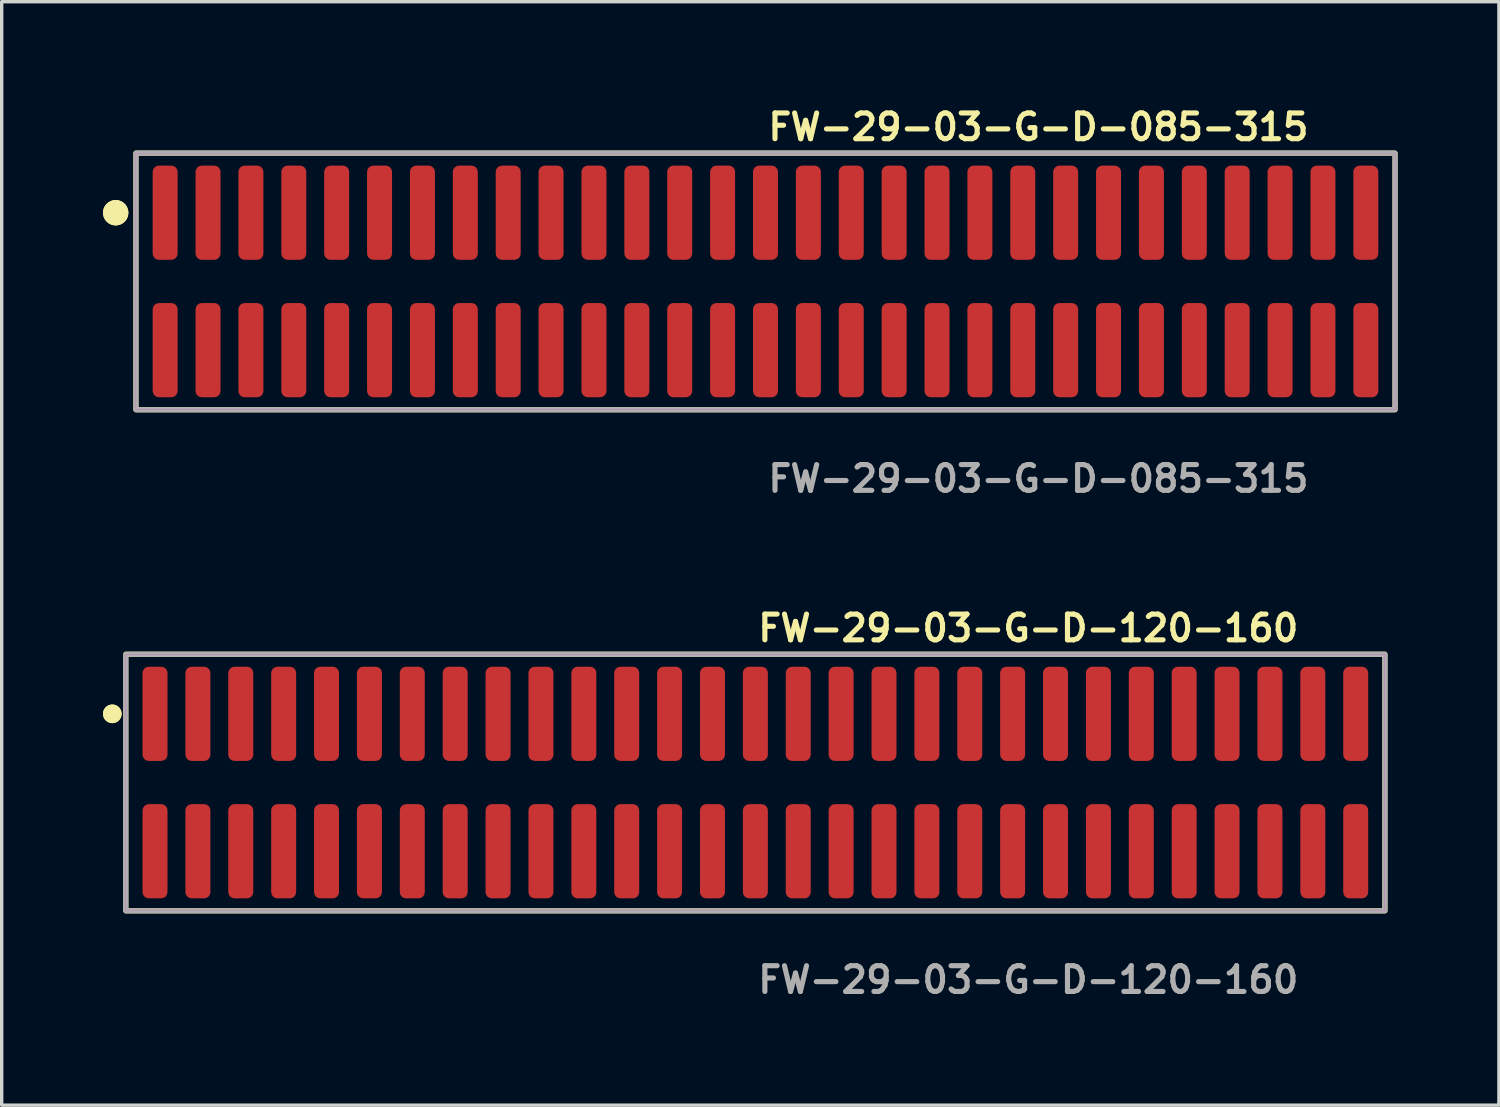
<source format=kicad_pcb>
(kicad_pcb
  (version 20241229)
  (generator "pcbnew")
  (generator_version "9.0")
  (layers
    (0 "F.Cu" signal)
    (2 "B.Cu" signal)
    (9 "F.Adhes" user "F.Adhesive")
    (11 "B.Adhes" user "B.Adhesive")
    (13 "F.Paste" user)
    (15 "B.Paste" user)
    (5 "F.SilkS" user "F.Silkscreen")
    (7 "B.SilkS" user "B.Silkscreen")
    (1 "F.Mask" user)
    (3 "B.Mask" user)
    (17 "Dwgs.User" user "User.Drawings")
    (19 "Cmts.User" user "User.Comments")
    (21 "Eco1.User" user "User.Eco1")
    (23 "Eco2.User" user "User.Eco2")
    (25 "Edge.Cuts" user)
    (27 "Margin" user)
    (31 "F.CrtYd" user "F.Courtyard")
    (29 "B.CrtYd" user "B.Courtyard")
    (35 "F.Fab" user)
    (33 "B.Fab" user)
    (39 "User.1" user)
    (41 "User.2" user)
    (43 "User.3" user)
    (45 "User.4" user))
  (footprint "FW-29-03-G-D-085-315"
    (layer "F.Cu")
    (at 19.621 5.285)
    (property "Reference" "FW-29-03-G-D-085-315" (at 0 -4.572 0) (unlocked yes) (layer "F.SilkS") (effects (font (size 0.762 0.762) (thickness 0.152)) (justify left)))
    (fp_rect (start -18.645 3.8) (end 18.645 -3.8) (stroke (width 0.152) (type solid)) (fill no) (layer "F.SilkS"))
    (fp_circle (center -19.245 -2.035) (end -19.545 -2.035) (stroke (width 0.152) (type solid)) (fill yes) (layer "F.SilkS"))
    (fp_circle (center -19.245 -2.035) (end -19.545 -2.035) (stroke (width 0.152) (type solid)) (fill yes) (layer "F.SilkS"))
    (fp_rect (start -18.645 3.8) (end 18.645 -3.8) (stroke (width 0.006) (type solid)) (fill no) (layer "F.CrtYd"))
    (fp_rect (start -18.645 3.8) (end 18.645 -3.8) (stroke (width 0.152) (type solid)) (fill no) (layer "F.Fab"))
    (fp_text user "${REFERENCE}" (at 0 5.842 0) (unlocked yes) (layer "F.Fab") (effects (font (size 0.762 0.762) (thickness 0.152)) (justify left)))
    (pad "1" smd roundrect (at -17.78 -2.035) (size 0.74 2.79) (layers "F.Cu" "F.Paste") (roundrect_rratio 0.25))
    (pad "2" smd roundrect (at -17.78 2.035) (size 0.74 2.79) (layers "F.Cu" "F.Paste") (roundrect_rratio 0.25))
    (pad "3" smd roundrect (at -16.51 -2.035) (size 0.74 2.79) (layers "F.Cu" "F.Paste") (roundrect_rratio 0.25))
    (pad "4" smd roundrect (at -16.51 2.035) (size 0.74 2.79) (layers "F.Cu" "F.Paste") (roundrect_rratio 0.25))
    (pad "5" smd roundrect (at -15.24 -2.035) (size 0.74 2.79) (layers "F.Cu" "F.Paste") (roundrect_rratio 0.25))
    (pad "6" smd roundrect (at -15.24 2.035) (size 0.74 2.79) (layers "F.Cu" "F.Paste") (roundrect_rratio 0.25))
    (pad "7" smd roundrect (at -13.97 -2.035) (size 0.74 2.79) (layers "F.Cu" "F.Paste") (roundrect_rratio 0.25))
    (pad "8" smd roundrect (at -13.97 2.035) (size 0.74 2.79) (layers "F.Cu" "F.Paste") (roundrect_rratio 0.25))
    (pad "9" smd roundrect (at -12.7 -2.035) (size 0.74 2.79) (layers "F.Cu" "F.Paste") (roundrect_rratio 0.25))
    (pad "10" smd roundrect (at -12.7 2.035) (size 0.74 2.79) (layers "F.Cu" "F.Paste") (roundrect_rratio 0.25))
    (pad "11" smd roundrect (at -11.43 -2.035) (size 0.74 2.79) (layers "F.Cu" "F.Paste") (roundrect_rratio 0.25))
    (pad "12" smd roundrect (at -11.43 2.035) (size 0.74 2.79) (layers "F.Cu" "F.Paste") (roundrect_rratio 0.25))
    (pad "13" smd roundrect (at -10.16 -2.035) (size 0.74 2.79) (layers "F.Cu" "F.Paste") (roundrect_rratio 0.25))
    (pad "14" smd roundrect (at -10.16 2.035) (size 0.74 2.79) (layers "F.Cu" "F.Paste") (roundrect_rratio 0.25))
    (pad "15" smd roundrect (at -8.89 -2.035) (size 0.74 2.79) (layers "F.Cu" "F.Paste") (roundrect_rratio 0.25))
    (pad "16" smd roundrect (at -8.89 2.035) (size 0.74 2.79) (layers "F.Cu" "F.Paste") (roundrect_rratio 0.25))
    (pad "17" smd roundrect (at -7.62 -2.035) (size 0.74 2.79) (layers "F.Cu" "F.Paste") (roundrect_rratio 0.25))
    (pad "18" smd roundrect (at -7.62 2.035) (size 0.74 2.79) (layers "F.Cu" "F.Paste") (roundrect_rratio 0.25))
    (pad "19" smd roundrect (at -6.35 -2.035) (size 0.74 2.79) (layers "F.Cu" "F.Paste") (roundrect_rratio 0.25))
    (pad "20" smd roundrect (at -6.35 2.035) (size 0.74 2.79) (layers "F.Cu" "F.Paste") (roundrect_rratio 0.25))
    (pad "21" smd roundrect (at -5.08 -2.035) (size 0.74 2.79) (layers "F.Cu" "F.Paste") (roundrect_rratio 0.25))
    (pad "22" smd roundrect (at -5.08 2.035) (size 0.74 2.79) (layers "F.Cu" "F.Paste") (roundrect_rratio 0.25))
    (pad "23" smd roundrect (at -3.81 -2.035) (size 0.74 2.79) (layers "F.Cu" "F.Paste") (roundrect_rratio 0.25))
    (pad "24" smd roundrect (at -3.81 2.035) (size 0.74 2.79) (layers "F.Cu" "F.Paste") (roundrect_rratio 0.25))
    (pad "25" smd roundrect (at -2.54 -2.035) (size 0.74 2.79) (layers "F.Cu" "F.Paste") (roundrect_rratio 0.25))
    (pad "26" smd roundrect (at -2.54 2.035) (size 0.74 2.79) (layers "F.Cu" "F.Paste") (roundrect_rratio 0.25))
    (pad "27" smd roundrect (at -1.27 -2.035) (size 0.74 2.79) (layers "F.Cu" "F.Paste") (roundrect_rratio 0.25))
    (pad "28" smd roundrect (at -1.27 2.035) (size 0.74 2.79) (layers "F.Cu" "F.Paste") (roundrect_rratio 0.25))
    (pad "29" smd roundrect (at 0 -2.035) (size 0.74 2.79) (layers "F.Cu" "F.Paste") (roundrect_rratio 0.25))
    (pad "30" smd roundrect (at 0 2.035) (size 0.74 2.79) (layers "F.Cu" "F.Paste") (roundrect_rratio 0.25))
    (pad "31" smd roundrect (at 1.27 -2.035) (size 0.74 2.79) (layers "F.Cu" "F.Paste") (roundrect_rratio 0.25))
    (pad "32" smd roundrect (at 1.27 2.035) (size 0.74 2.79) (layers "F.Cu" "F.Paste") (roundrect_rratio 0.25))
    (pad "33" smd roundrect (at 2.54 -2.035) (size 0.74 2.79) (layers "F.Cu" "F.Paste") (roundrect_rratio 0.25))
    (pad "34" smd roundrect (at 2.54 2.035) (size 0.74 2.79) (layers "F.Cu" "F.Paste") (roundrect_rratio 0.25))
    (pad "35" smd roundrect (at 3.81 -2.035) (size 0.74 2.79) (layers "F.Cu" "F.Paste") (roundrect_rratio 0.25))
    (pad "36" smd roundrect (at 3.81 2.035) (size 0.74 2.79) (layers "F.Cu" "F.Paste") (roundrect_rratio 0.25))
    (pad "37" smd roundrect (at 5.08 -2.035) (size 0.74 2.79) (layers "F.Cu" "F.Paste") (roundrect_rratio 0.25))
    (pad "38" smd roundrect (at 5.08 2.035) (size 0.74 2.79) (layers "F.Cu" "F.Paste") (roundrect_rratio 0.25))
    (pad "39" smd roundrect (at 6.35 -2.035) (size 0.74 2.79) (layers "F.Cu" "F.Paste") (roundrect_rratio 0.25))
    (pad "40" smd roundrect (at 6.35 2.035) (size 0.74 2.79) (layers "F.Cu" "F.Paste") (roundrect_rratio 0.25))
    (pad "41" smd roundrect (at 7.62 -2.035) (size 0.74 2.79) (layers "F.Cu" "F.Paste") (roundrect_rratio 0.25))
    (pad "42" smd roundrect (at 7.62 2.035) (size 0.74 2.79) (layers "F.Cu" "F.Paste") (roundrect_rratio 0.25))
    (pad "43" smd roundrect (at 8.89 -2.035) (size 0.74 2.79) (layers "F.Cu" "F.Paste") (roundrect_rratio 0.25))
    (pad "44" smd roundrect (at 8.89 2.035) (size 0.74 2.79) (layers "F.Cu" "F.Paste") (roundrect_rratio 0.25))
    (pad "45" smd roundrect (at 10.16 -2.035) (size 0.74 2.79) (layers "F.Cu" "F.Paste") (roundrect_rratio 0.25))
    (pad "46" smd roundrect (at 10.16 2.035) (size 0.74 2.79) (layers "F.Cu" "F.Paste") (roundrect_rratio 0.25))
    (pad "47" smd roundrect (at 11.43 -2.035) (size 0.74 2.79) (layers "F.Cu" "F.Paste") (roundrect_rratio 0.25))
    (pad "48" smd roundrect (at 11.43 2.035) (size 0.74 2.79) (layers "F.Cu" "F.Paste") (roundrect_rratio 0.25))
    (pad "49" smd roundrect (at 12.7 -2.035) (size 0.74 2.79) (layers "F.Cu" "F.Paste") (roundrect_rratio 0.25))
    (pad "50" smd roundrect (at 12.7 2.035) (size 0.74 2.79) (layers "F.Cu" "F.Paste") (roundrect_rratio 0.25))
    (pad "51" smd roundrect (at 13.97 -2.035) (size 0.74 2.79) (layers "F.Cu" "F.Paste") (roundrect_rratio 0.25))
    (pad "52" smd roundrect (at 13.97 2.035) (size 0.74 2.79) (layers "F.Cu" "F.Paste") (roundrect_rratio 0.25))
    (pad "53" smd roundrect (at 15.24 -2.035) (size 0.74 2.79) (layers "F.Cu" "F.Paste") (roundrect_rratio 0.25))
    (pad "54" smd roundrect (at 15.24 2.035) (size 0.74 2.79) (layers "F.Cu" "F.Paste") (roundrect_rratio 0.25))
    (pad "55" smd roundrect (at 16.51 -2.035) (size 0.74 2.79) (layers "F.Cu" "F.Paste") (roundrect_rratio 0.25))
    (pad "56" smd roundrect (at 16.51 2.035) (size 0.74 2.79) (layers "F.Cu" "F.Paste") (roundrect_rratio 0.25))
    (pad "57" smd roundrect (at 17.78 -2.035) (size 0.74 2.79) (layers "F.Cu" "F.Paste") (roundrect_rratio 0.25))
    (pad "58" smd roundrect (at 17.78 2.035) (size 0.74 2.79) (layers "F.Cu" "F.Paste") (roundrect_rratio 0.25)))
  (footprint "FW-29-03-G-D-120-160"
    (layer "F.Cu")
    (at 19.321 20.126)
    (property "Reference" "FW-29-03-G-D-120-160" (at 0 -4.572 0) (unlocked yes) (layer "F.SilkS") (effects (font (size 0.762 0.762) (thickness 0.152)) (justify left)))
    (fp_rect (start -18.645 3.8) (end 18.645 -3.8) (stroke (width 0.152) (type solid)) (fill no) (layer "F.SilkS"))
    (fp_circle (center -19.045 -2.035) (end -19.245 -2.035) (stroke (width 0.152) (type solid)) (fill yes) (layer "F.SilkS"))
    (fp_circle (center -19.045 -2.035) (end -19.245 -2.035) (stroke (width 0.152) (type solid)) (fill yes) (layer "F.SilkS"))
    (fp_rect (start -18.645 3.8) (end 18.645 -3.8) (stroke (width 0.006) (type solid)) (fill no) (layer "F.CrtYd"))
    (fp_rect (start -18.645 3.8) (end 18.645 -3.8) (stroke (width 0.152) (type solid)) (fill no) (layer "F.Fab"))
    (fp_text user "${REFERENCE}" (at 0 5.842 0) (unlocked yes) (layer "F.Fab") (effects (font (size 0.762 0.762) (thickness 0.152)) (justify left)))
    (pad "1" smd roundrect (at -17.78 -2.035) (size 0.74 2.79) (layers "F.Cu" "F.Paste") (roundrect_rratio 0.25))
    (pad "2" smd roundrect (at -17.78 2.035) (size 0.74 2.79) (layers "F.Cu" "F.Paste") (roundrect_rratio 0.25))
    (pad "3" smd roundrect (at -16.51 -2.035) (size 0.74 2.79) (layers "F.Cu" "F.Paste") (roundrect_rratio 0.25))
    (pad "4" smd roundrect (at -16.51 2.035) (size 0.74 2.79) (layers "F.Cu" "F.Paste") (roundrect_rratio 0.25))
    (pad "5" smd roundrect (at -15.24 -2.035) (size 0.74 2.79) (layers "F.Cu" "F.Paste") (roundrect_rratio 0.25))
    (pad "6" smd roundrect (at -15.24 2.035) (size 0.74 2.79) (layers "F.Cu" "F.Paste") (roundrect_rratio 0.25))
    (pad "7" smd roundrect (at -13.97 -2.035) (size 0.74 2.79) (layers "F.Cu" "F.Paste") (roundrect_rratio 0.25))
    (pad "8" smd roundrect (at -13.97 2.035) (size 0.74 2.79) (layers "F.Cu" "F.Paste") (roundrect_rratio 0.25))
    (pad "9" smd roundrect (at -12.7 -2.035) (size 0.74 2.79) (layers "F.Cu" "F.Paste") (roundrect_rratio 0.25))
    (pad "10" smd roundrect (at -12.7 2.035) (size 0.74 2.79) (layers "F.Cu" "F.Paste") (roundrect_rratio 0.25))
    (pad "11" smd roundrect (at -11.43 -2.035) (size 0.74 2.79) (layers "F.Cu" "F.Paste") (roundrect_rratio 0.25))
    (pad "12" smd roundrect (at -11.43 2.035) (size 0.74 2.79) (layers "F.Cu" "F.Paste") (roundrect_rratio 0.25))
    (pad "13" smd roundrect (at -10.16 -2.035) (size 0.74 2.79) (layers "F.Cu" "F.Paste") (roundrect_rratio 0.25))
    (pad "14" smd roundrect (at -10.16 2.035) (size 0.74 2.79) (layers "F.Cu" "F.Paste") (roundrect_rratio 0.25))
    (pad "15" smd roundrect (at -8.89 -2.035) (size 0.74 2.79) (layers "F.Cu" "F.Paste") (roundrect_rratio 0.25))
    (pad "16" smd roundrect (at -8.89 2.035) (size 0.74 2.79) (layers "F.Cu" "F.Paste") (roundrect_rratio 0.25))
    (pad "17" smd roundrect (at -7.62 -2.035) (size 0.74 2.79) (layers "F.Cu" "F.Paste") (roundrect_rratio 0.25))
    (pad "18" smd roundrect (at -7.62 2.035) (size 0.74 2.79) (layers "F.Cu" "F.Paste") (roundrect_rratio 0.25))
    (pad "19" smd roundrect (at -6.35 -2.035) (size 0.74 2.79) (layers "F.Cu" "F.Paste") (roundrect_rratio 0.25))
    (pad "20" smd roundrect (at -6.35 2.035) (size 0.74 2.79) (layers "F.Cu" "F.Paste") (roundrect_rratio 0.25))
    (pad "21" smd roundrect (at -5.08 -2.035) (size 0.74 2.79) (layers "F.Cu" "F.Paste") (roundrect_rratio 0.25))
    (pad "22" smd roundrect (at -5.08 2.035) (size 0.74 2.79) (layers "F.Cu" "F.Paste") (roundrect_rratio 0.25))
    (pad "23" smd roundrect (at -3.81 -2.035) (size 0.74 2.79) (layers "F.Cu" "F.Paste") (roundrect_rratio 0.25))
    (pad "24" smd roundrect (at -3.81 2.035) (size 0.74 2.79) (layers "F.Cu" "F.Paste") (roundrect_rratio 0.25))
    (pad "25" smd roundrect (at -2.54 -2.035) (size 0.74 2.79) (layers "F.Cu" "F.Paste") (roundrect_rratio 0.25))
    (pad "26" smd roundrect (at -2.54 2.035) (size 0.74 2.79) (layers "F.Cu" "F.Paste") (roundrect_rratio 0.25))
    (pad "27" smd roundrect (at -1.27 -2.035) (size 0.74 2.79) (layers "F.Cu" "F.Paste") (roundrect_rratio 0.25))
    (pad "28" smd roundrect (at -1.27 2.035) (size 0.74 2.79) (layers "F.Cu" "F.Paste") (roundrect_rratio 0.25))
    (pad "29" smd roundrect (at 0 -2.035) (size 0.74 2.79) (layers "F.Cu" "F.Paste") (roundrect_rratio 0.25))
    (pad "30" smd roundrect (at 0 2.035) (size 0.74 2.79) (layers "F.Cu" "F.Paste") (roundrect_rratio 0.25))
    (pad "31" smd roundrect (at 1.27 -2.035) (size 0.74 2.79) (layers "F.Cu" "F.Paste") (roundrect_rratio 0.25))
    (pad "32" smd roundrect (at 1.27 2.035) (size 0.74 2.79) (layers "F.Cu" "F.Paste") (roundrect_rratio 0.25))
    (pad "33" smd roundrect (at 2.54 -2.035) (size 0.74 2.79) (layers "F.Cu" "F.Paste") (roundrect_rratio 0.25))
    (pad "34" smd roundrect (at 2.54 2.035) (size 0.74 2.79) (layers "F.Cu" "F.Paste") (roundrect_rratio 0.25))
    (pad "35" smd roundrect (at 3.81 -2.035) (size 0.74 2.79) (layers "F.Cu" "F.Paste") (roundrect_rratio 0.25))
    (pad "36" smd roundrect (at 3.81 2.035) (size 0.74 2.79) (layers "F.Cu" "F.Paste") (roundrect_rratio 0.25))
    (pad "37" smd roundrect (at 5.08 -2.035) (size 0.74 2.79) (layers "F.Cu" "F.Paste") (roundrect_rratio 0.25))
    (pad "38" smd roundrect (at 5.08 2.035) (size 0.74 2.79) (layers "F.Cu" "F.Paste") (roundrect_rratio 0.25))
    (pad "39" smd roundrect (at 6.35 -2.035) (size 0.74 2.79) (layers "F.Cu" "F.Paste") (roundrect_rratio 0.25))
    (pad "40" smd roundrect (at 6.35 2.035) (size 0.74 2.79) (layers "F.Cu" "F.Paste") (roundrect_rratio 0.25))
    (pad "41" smd roundrect (at 7.62 -2.035) (size 0.74 2.79) (layers "F.Cu" "F.Paste") (roundrect_rratio 0.25))
    (pad "42" smd roundrect (at 7.62 2.035) (size 0.74 2.79) (layers "F.Cu" "F.Paste") (roundrect_rratio 0.25))
    (pad "43" smd roundrect (at 8.89 -2.035) (size 0.74 2.79) (layers "F.Cu" "F.Paste") (roundrect_rratio 0.25))
    (pad "44" smd roundrect (at 8.89 2.035) (size 0.74 2.79) (layers "F.Cu" "F.Paste") (roundrect_rratio 0.25))
    (pad "45" smd roundrect (at 10.16 -2.035) (size 0.74 2.79) (layers "F.Cu" "F.Paste") (roundrect_rratio 0.25))
    (pad "46" smd roundrect (at 10.16 2.035) (size 0.74 2.79) (layers "F.Cu" "F.Paste") (roundrect_rratio 0.25))
    (pad "47" smd roundrect (at 11.43 -2.035) (size 0.74 2.79) (layers "F.Cu" "F.Paste") (roundrect_rratio 0.25))
    (pad "48" smd roundrect (at 11.43 2.035) (size 0.74 2.79) (layers "F.Cu" "F.Paste") (roundrect_rratio 0.25))
    (pad "49" smd roundrect (at 12.7 -2.035) (size 0.74 2.79) (layers "F.Cu" "F.Paste") (roundrect_rratio 0.25))
    (pad "50" smd roundrect (at 12.7 2.035) (size 0.74 2.79) (layers "F.Cu" "F.Paste") (roundrect_rratio 0.25))
    (pad "51" smd roundrect (at 13.97 -2.035) (size 0.74 2.79) (layers "F.Cu" "F.Paste") (roundrect_rratio 0.25))
    (pad "52" smd roundrect (at 13.97 2.035) (size 0.74 2.79) (layers "F.Cu" "F.Paste") (roundrect_rratio 0.25))
    (pad "53" smd roundrect (at 15.24 -2.035) (size 0.74 2.79) (layers "F.Cu" "F.Paste") (roundrect_rratio 0.25))
    (pad "54" smd roundrect (at 15.24 2.035) (size 0.74 2.79) (layers "F.Cu" "F.Paste") (roundrect_rratio 0.25))
    (pad "55" smd roundrect (at 16.51 -2.035) (size 0.74 2.79) (layers "F.Cu" "F.Paste") (roundrect_rratio 0.25))
    (pad "56" smd roundrect (at 16.51 2.035) (size 0.74 2.79) (layers "F.Cu" "F.Paste") (roundrect_rratio 0.25))
    (pad "57" smd roundrect (at 17.78 -2.035) (size 0.74 2.79) (layers "F.Cu" "F.Paste") (roundrect_rratio 0.25))
    (pad "58" smd roundrect (at 17.78 2.035) (size 0.74 2.79) (layers "F.Cu" "F.Paste") (roundrect_rratio 0.25)))
  (gr_rect
    (start -3 -3)
    (end 41.342 29.681)
    (stroke (width 0.1) (type default))
    (fill no)
    (layer "Edge.Cuts")))
</source>
